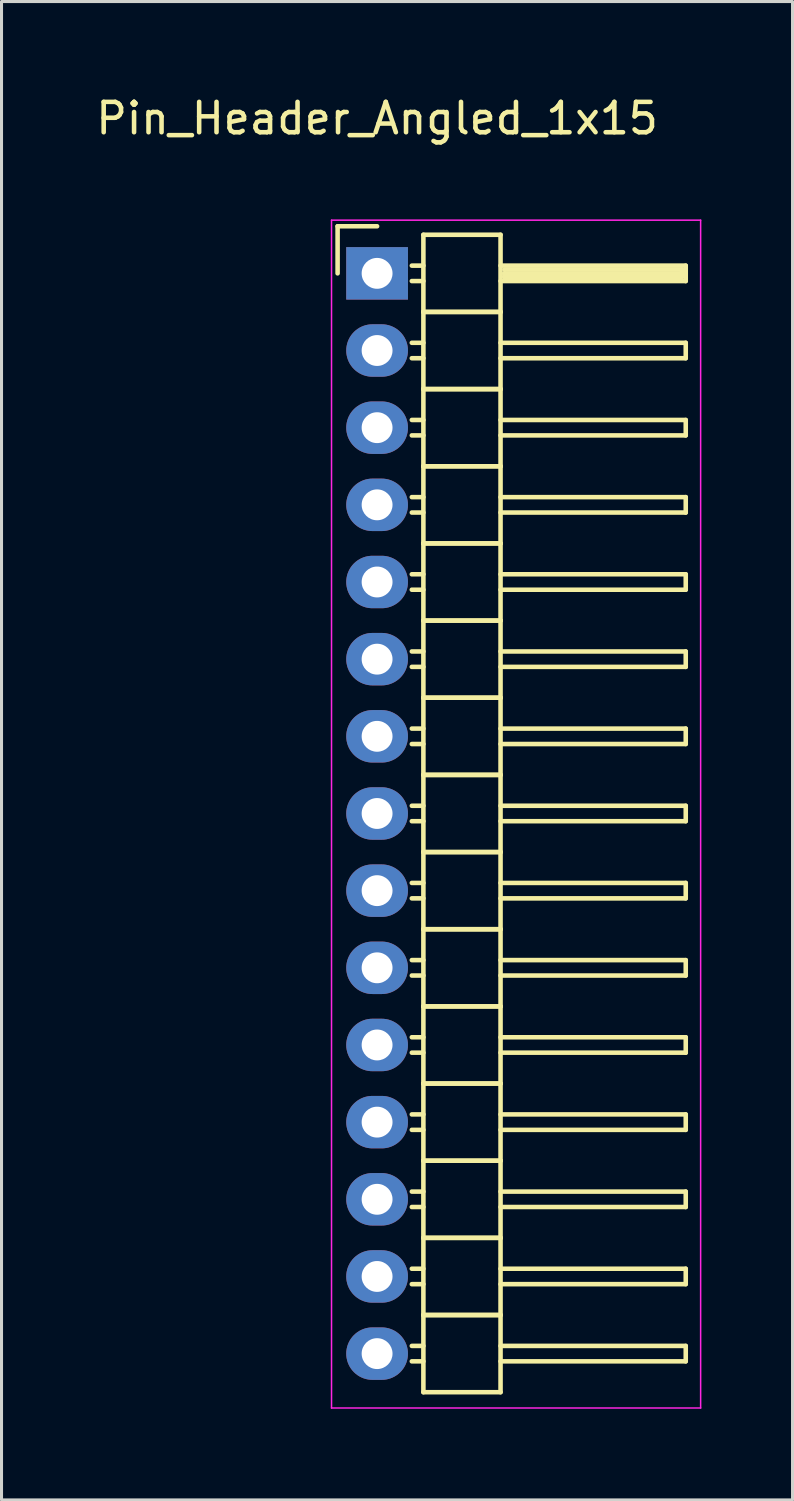
<source format=kicad_pcb>
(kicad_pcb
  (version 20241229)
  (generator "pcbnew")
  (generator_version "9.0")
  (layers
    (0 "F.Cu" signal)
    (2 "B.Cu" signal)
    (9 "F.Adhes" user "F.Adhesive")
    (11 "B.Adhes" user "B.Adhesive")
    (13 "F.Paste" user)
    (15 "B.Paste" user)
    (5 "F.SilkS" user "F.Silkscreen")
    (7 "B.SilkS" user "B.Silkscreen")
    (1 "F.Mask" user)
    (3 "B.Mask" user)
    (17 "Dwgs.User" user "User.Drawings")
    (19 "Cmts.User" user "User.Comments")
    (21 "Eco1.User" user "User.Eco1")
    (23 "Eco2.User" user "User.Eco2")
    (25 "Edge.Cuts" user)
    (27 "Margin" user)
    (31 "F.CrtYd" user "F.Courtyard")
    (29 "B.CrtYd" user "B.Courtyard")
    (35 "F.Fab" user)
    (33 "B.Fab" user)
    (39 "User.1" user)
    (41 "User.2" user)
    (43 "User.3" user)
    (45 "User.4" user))
  (footprint "Pin_Header_Angled_1x15"
    (layer "F.Cu")
    (at 9.363 5.948)
    (property "Reference" "Pin_Header_Angled_1x15" (at 0 -5.1 0) (layer "F.SilkS") (effects (font (size 1 1) (thickness 0.15))))
    (attr through_hole)
    (fp_line (start -1.3 -1.55) (end -1.3 0) (stroke (width 0.15) (type solid)) (layer "F.SilkS"))
    (fp_line (start 0 -1.55) (end -1.3 -1.55) (stroke (width 0.15) (type solid)) (layer "F.SilkS"))
    (fp_line (start 1.524 -1.27) (end 1.524 1.27) (stroke (width 0.15) (type solid)) (layer "F.SilkS"))
    (fp_line (start 1.524 -1.27) (end 4.064 -1.27) (stroke (width 0.15) (type solid)) (layer "F.SilkS"))
    (fp_line (start 1.524 -0.254) (end 1.143 -0.254) (stroke (width 0.15) (type solid)) (layer "F.SilkS"))
    (fp_line (start 1.524 0.254) (end 1.143 0.254) (stroke (width 0.15) (type solid)) (layer "F.SilkS"))
    (fp_line (start 1.524 1.27) (end 1.524 3.81) (stroke (width 0.15) (type solid)) (layer "F.SilkS"))
    (fp_line (start 1.524 1.27) (end 4.064 1.27) (stroke (width 0.15) (type solid)) (layer "F.SilkS"))
    (fp_line (start 1.524 1.27) (end 4.064 1.27) (stroke (width 0.15) (type solid)) (layer "F.SilkS"))
    (fp_line (start 1.524 2.286) (end 1.143 2.286) (stroke (width 0.15) (type solid)) (layer "F.SilkS"))
    (fp_line (start 1.524 2.794) (end 1.143 2.794) (stroke (width 0.15) (type solid)) (layer "F.SilkS"))
    (fp_line (start 1.524 3.81) (end 1.524 6.35) (stroke (width 0.15) (type solid)) (layer "F.SilkS"))
    (fp_line (start 1.524 3.81) (end 4.064 3.81) (stroke (width 0.15) (type solid)) (layer "F.SilkS"))
    (fp_line (start 1.524 3.81) (end 4.064 3.81) (stroke (width 0.15) (type solid)) (layer "F.SilkS"))
    (fp_line (start 1.524 4.826) (end 1.143 4.826) (stroke (width 0.15) (type solid)) (layer "F.SilkS"))
    (fp_line (start 1.524 5.334) (end 1.143 5.334) (stroke (width 0.15) (type solid)) (layer "F.SilkS"))
    (fp_line (start 1.524 6.35) (end 1.524 8.89) (stroke (width 0.15) (type solid)) (layer "F.SilkS"))
    (fp_line (start 1.524 6.35) (end 4.064 6.35) (stroke (width 0.15) (type solid)) (layer "F.SilkS"))
    (fp_line (start 1.524 6.35) (end 4.064 6.35) (stroke (width 0.15) (type solid)) (layer "F.SilkS"))
    (fp_line (start 1.524 7.366) (end 1.143 7.366) (stroke (width 0.15) (type solid)) (layer "F.SilkS"))
    (fp_line (start 1.524 7.874) (end 1.143 7.874) (stroke (width 0.15) (type solid)) (layer "F.SilkS"))
    (fp_line (start 1.524 8.89) (end 1.524 11.43) (stroke (width 0.15) (type solid)) (layer "F.SilkS"))
    (fp_line (start 1.524 8.89) (end 4.064 8.89) (stroke (width 0.15) (type solid)) (layer "F.SilkS"))
    (fp_line (start 1.524 8.89) (end 4.064 8.89) (stroke (width 0.15) (type solid)) (layer "F.SilkS"))
    (fp_line (start 1.524 9.906) (end 1.143 9.906) (stroke (width 0.15) (type solid)) (layer "F.SilkS"))
    (fp_line (start 1.524 10.414) (end 1.143 10.414) (stroke (width 0.15) (type solid)) (layer "F.SilkS"))
    (fp_line (start 1.524 11.43) (end 1.524 13.97) (stroke (width 0.15) (type solid)) (layer "F.SilkS"))
    (fp_line (start 1.524 11.43) (end 4.064 11.43) (stroke (width 0.15) (type solid)) (layer "F.SilkS"))
    (fp_line (start 1.524 11.43) (end 4.064 11.43) (stroke (width 0.15) (type solid)) (layer "F.SilkS"))
    (fp_line (start 1.524 12.446) (end 1.143 12.446) (stroke (width 0.15) (type solid)) (layer "F.SilkS"))
    (fp_line (start 1.524 12.954) (end 1.143 12.954) (stroke (width 0.15) (type solid)) (layer "F.SilkS"))
    (fp_line (start 1.524 13.97) (end 1.524 16.51) (stroke (width 0.15) (type solid)) (layer "F.SilkS"))
    (fp_line (start 1.524 13.97) (end 4.064 13.97) (stroke (width 0.15) (type solid)) (layer "F.SilkS"))
    (fp_line (start 1.524 13.97) (end 4.064 13.97) (stroke (width 0.15) (type solid)) (layer "F.SilkS"))
    (fp_line (start 1.524 14.986) (end 1.143 14.986) (stroke (width 0.15) (type solid)) (layer "F.SilkS"))
    (fp_line (start 1.524 15.494) (end 1.143 15.494) (stroke (width 0.15) (type solid)) (layer "F.SilkS"))
    (fp_line (start 1.524 16.51) (end 1.524 19.05) (stroke (width 0.15) (type solid)) (layer "F.SilkS"))
    (fp_line (start 1.524 16.51) (end 4.064 16.51) (stroke (width 0.15) (type solid)) (layer "F.SilkS"))
    (fp_line (start 1.524 16.51) (end 4.064 16.51) (stroke (width 0.15) (type solid)) (layer "F.SilkS"))
    (fp_line (start 1.524 17.526) (end 1.143 17.526) (stroke (width 0.15) (type solid)) (layer "F.SilkS"))
    (fp_line (start 1.524 18.034) (end 1.143 18.034) (stroke (width 0.15) (type solid)) (layer "F.SilkS"))
    (fp_line (start 1.524 19.05) (end 1.524 21.59) (stroke (width 0.15) (type solid)) (layer "F.SilkS"))
    (fp_line (start 1.524 19.05) (end 4.064 19.05) (stroke (width 0.15) (type solid)) (layer "F.SilkS"))
    (fp_line (start 1.524 19.05) (end 4.064 19.05) (stroke (width 0.15) (type solid)) (layer "F.SilkS"))
    (fp_line (start 1.524 20.066) (end 1.143 20.066) (stroke (width 0.15) (type solid)) (layer "F.SilkS"))
    (fp_line (start 1.524 20.574) (end 1.143 20.574) (stroke (width 0.15) (type solid)) (layer "F.SilkS"))
    (fp_line (start 1.524 21.59) (end 1.524 24.13) (stroke (width 0.15) (type solid)) (layer "F.SilkS"))
    (fp_line (start 1.524 21.59) (end 4.064 21.59) (stroke (width 0.15) (type solid)) (layer "F.SilkS"))
    (fp_line (start 1.524 21.59) (end 4.064 21.59) (stroke (width 0.15) (type solid)) (layer "F.SilkS"))
    (fp_line (start 1.524 22.606) (end 1.143 22.606) (stroke (width 0.15) (type solid)) (layer "F.SilkS"))
    (fp_line (start 1.524 23.114) (end 1.143 23.114) (stroke (width 0.15) (type solid)) (layer "F.SilkS"))
    (fp_line (start 1.524 24.13) (end 1.524 26.67) (stroke (width 0.15) (type solid)) (layer "F.SilkS"))
    (fp_line (start 1.524 24.13) (end 4.064 24.13) (stroke (width 0.15) (type solid)) (layer "F.SilkS"))
    (fp_line (start 1.524 24.13) (end 4.064 24.13) (stroke (width 0.15) (type solid)) (layer "F.SilkS"))
    (fp_line (start 1.524 25.146) (end 1.143 25.146) (stroke (width 0.15) (type solid)) (layer "F.SilkS"))
    (fp_line (start 1.524 25.654) (end 1.143 25.654) (stroke (width 0.15) (type solid)) (layer "F.SilkS"))
    (fp_line (start 1.524 26.67) (end 1.524 29.21) (stroke (width 0.15) (type solid)) (layer "F.SilkS"))
    (fp_line (start 1.524 26.67) (end 4.064 26.67) (stroke (width 0.15) (type solid)) (layer "F.SilkS"))
    (fp_line (start 1.524 26.67) (end 4.064 26.67) (stroke (width 0.15) (type solid)) (layer "F.SilkS"))
    (fp_line (start 1.524 27.686) (end 1.143 27.686) (stroke (width 0.15) (type solid)) (layer "F.SilkS"))
    (fp_line (start 1.524 28.194) (end 1.143 28.194) (stroke (width 0.15) (type solid)) (layer "F.SilkS"))
    (fp_line (start 1.524 29.21) (end 1.524 31.75) (stroke (width 0.15) (type solid)) (layer "F.SilkS"))
    (fp_line (start 1.524 29.21) (end 4.064 29.21) (stroke (width 0.15) (type solid)) (layer "F.SilkS"))
    (fp_line (start 1.524 29.21) (end 4.064 29.21) (stroke (width 0.15) (type solid)) (layer "F.SilkS"))
    (fp_line (start 1.524 30.226) (end 1.143 30.226) (stroke (width 0.15) (type solid)) (layer "F.SilkS"))
    (fp_line (start 1.524 30.734) (end 1.143 30.734) (stroke (width 0.15) (type solid)) (layer "F.SilkS"))
    (fp_line (start 1.524 31.75) (end 1.524 34.29) (stroke (width 0.15) (type solid)) (layer "F.SilkS"))
    (fp_line (start 1.524 31.75) (end 4.064 31.75) (stroke (width 0.15) (type solid)) (layer "F.SilkS"))
    (fp_line (start 1.524 31.75) (end 4.064 31.75) (stroke (width 0.15) (type solid)) (layer "F.SilkS"))
    (fp_line (start 1.524 32.766) (end 1.143 32.766) (stroke (width 0.15) (type solid)) (layer "F.SilkS"))
    (fp_line (start 1.524 33.274) (end 1.143 33.274) (stroke (width 0.15) (type solid)) (layer "F.SilkS"))
    (fp_line (start 1.524 34.29) (end 1.524 36.83) (stroke (width 0.15) (type solid)) (layer "F.SilkS"))
    (fp_line (start 1.524 34.29) (end 4.064 34.29) (stroke (width 0.15) (type solid)) (layer "F.SilkS"))
    (fp_line (start 1.524 34.29) (end 4.064 34.29) (stroke (width 0.15) (type solid)) (layer "F.SilkS"))
    (fp_line (start 1.524 35.306) (end 1.143 35.306) (stroke (width 0.15) (type solid)) (layer "F.SilkS"))
    (fp_line (start 1.524 35.814) (end 1.143 35.814) (stroke (width 0.15) (type solid)) (layer "F.SilkS"))
    (fp_line (start 1.524 36.83) (end 4.064 36.83) (stroke (width 0.15) (type solid)) (layer "F.SilkS"))
    (fp_line (start 4.064 -0.254) (end 10.16 -0.254) (stroke (width 0.15) (type solid)) (layer "F.SilkS"))
    (fp_line (start 4.064 1.27) (end 4.064 -1.27) (stroke (width 0.15) (type solid)) (layer "F.SilkS"))
    (fp_line (start 4.064 2.286) (end 10.16 2.286) (stroke (width 0.15) (type solid)) (layer "F.SilkS"))
    (fp_line (start 4.064 3.81) (end 4.064 1.27) (stroke (width 0.15) (type solid)) (layer "F.SilkS"))
    (fp_line (start 4.064 4.826) (end 10.16 4.826) (stroke (width 0.15) (type solid)) (layer "F.SilkS"))
    (fp_line (start 4.064 6.35) (end 4.064 3.81) (stroke (width 0.15) (type solid)) (layer "F.SilkS"))
    (fp_line (start 4.064 7.366) (end 10.16 7.366) (stroke (width 0.15) (type solid)) (layer "F.SilkS"))
    (fp_line (start 4.064 8.89) (end 4.064 6.35) (stroke (width 0.15) (type solid)) (layer "F.SilkS"))
    (fp_line (start 4.064 9.906) (end 10.16 9.906) (stroke (width 0.15) (type solid)) (layer "F.SilkS"))
    (fp_line (start 4.064 11.43) (end 4.064 8.89) (stroke (width 0.15) (type solid)) (layer "F.SilkS"))
    (fp_line (start 4.064 12.446) (end 10.16 12.446) (stroke (width 0.15) (type solid)) (layer "F.SilkS"))
    (fp_line (start 4.064 13.97) (end 4.064 11.43) (stroke (width 0.15) (type solid)) (layer "F.SilkS"))
    (fp_line (start 4.064 14.986) (end 10.16 14.986) (stroke (width 0.15) (type solid)) (layer "F.SilkS"))
    (fp_line (start 4.064 16.51) (end 4.064 13.97) (stroke (width 0.15) (type solid)) (layer "F.SilkS"))
    (fp_line (start 4.064 17.526) (end 10.16 17.526) (stroke (width 0.15) (type solid)) (layer "F.SilkS"))
    (fp_line (start 4.064 19.05) (end 4.064 16.51) (stroke (width 0.15) (type solid)) (layer "F.SilkS"))
    (fp_line (start 4.064 20.066) (end 10.16 20.066) (stroke (width 0.15) (type solid)) (layer "F.SilkS"))
    (fp_line (start 4.064 21.59) (end 4.064 19.05) (stroke (width 0.15) (type solid)) (layer "F.SilkS"))
    (fp_line (start 4.064 22.606) (end 10.16 22.606) (stroke (width 0.15) (type solid)) (layer "F.SilkS"))
    (fp_line (start 4.064 24.13) (end 4.064 21.59) (stroke (width 0.15) (type solid)) (layer "F.SilkS"))
    (fp_line (start 4.064 25.146) (end 10.16 25.146) (stroke (width 0.15) (type solid)) (layer "F.SilkS"))
    (fp_line (start 4.064 26.67) (end 4.064 24.13) (stroke (width 0.15) (type solid)) (layer "F.SilkS"))
    (fp_line (start 4.064 27.686) (end 10.16 27.686) (stroke (width 0.15) (type solid)) (layer "F.SilkS"))
    (fp_line (start 4.064 29.21) (end 4.064 26.67) (stroke (width 0.15) (type solid)) (layer "F.SilkS"))
    (fp_line (start 4.064 30.226) (end 10.16 30.226) (stroke (width 0.15) (type solid)) (layer "F.SilkS"))
    (fp_line (start 4.064 31.75) (end 4.064 29.21) (stroke (width 0.15) (type solid)) (layer "F.SilkS"))
    (fp_line (start 4.064 32.766) (end 10.16 32.766) (stroke (width 0.15) (type solid)) (layer "F.SilkS"))
    (fp_line (start 4.064 34.29) (end 4.064 31.75) (stroke (width 0.15) (type solid)) (layer "F.SilkS"))
    (fp_line (start 4.064 35.306) (end 10.16 35.306) (stroke (width 0.15) (type solid)) (layer "F.SilkS"))
    (fp_line (start 4.064 36.83) (end 4.064 34.29) (stroke (width 0.15) (type solid)) (layer "F.SilkS"))
    (fp_line (start 4.191 -0.127) (end 10.033 -0.127) (stroke (width 0.15) (type solid)) (layer "F.SilkS"))
    (fp_line (start 4.191 0) (end 10.033 0) (stroke (width 0.15) (type solid)) (layer "F.SilkS"))
    (fp_line (start 4.191 0.127) (end 4.191 0) (stroke (width 0.15) (type solid)) (layer "F.SilkS"))
    (fp_line (start 10.033 -0.127) (end 10.033 0.127) (stroke (width 0.15) (type solid)) (layer "F.SilkS"))
    (fp_line (start 10.033 0.127) (end 4.191 0.127) (stroke (width 0.15) (type solid)) (layer "F.SilkS"))
    (fp_line (start 10.16 -0.254) (end 10.16 0.254) (stroke (width 0.15) (type solid)) (layer "F.SilkS"))
    (fp_line (start 10.16 0.254) (end 4.064 0.254) (stroke (width 0.15) (type solid)) (layer "F.SilkS"))
    (fp_line (start 10.16 2.286) (end 10.16 2.794) (stroke (width 0.15) (type solid)) (layer "F.SilkS"))
    (fp_line (start 10.16 2.794) (end 4.064 2.794) (stroke (width 0.15) (type solid)) (layer "F.SilkS"))
    (fp_line (start 10.16 4.826) (end 10.16 5.334) (stroke (width 0.15) (type solid)) (layer "F.SilkS"))
    (fp_line (start 10.16 5.334) (end 4.064 5.334) (stroke (width 0.15) (type solid)) (layer "F.SilkS"))
    (fp_line (start 10.16 7.366) (end 10.16 7.874) (stroke (width 0.15) (type solid)) (layer "F.SilkS"))
    (fp_line (start 10.16 7.874) (end 4.064 7.874) (stroke (width 0.15) (type solid)) (layer "F.SilkS"))
    (fp_line (start 10.16 9.906) (end 10.16 10.414) (stroke (width 0.15) (type solid)) (layer "F.SilkS"))
    (fp_line (start 10.16 10.414) (end 4.064 10.414) (stroke (width 0.15) (type solid)) (layer "F.SilkS"))
    (fp_line (start 10.16 12.446) (end 10.16 12.954) (stroke (width 0.15) (type solid)) (layer "F.SilkS"))
    (fp_line (start 10.16 12.954) (end 4.064 12.954) (stroke (width 0.15) (type solid)) (layer "F.SilkS"))
    (fp_line (start 10.16 14.986) (end 10.16 15.494) (stroke (width 0.15) (type solid)) (layer "F.SilkS"))
    (fp_line (start 10.16 15.494) (end 4.064 15.494) (stroke (width 0.15) (type solid)) (layer "F.SilkS"))
    (fp_line (start 10.16 17.526) (end 10.16 18.034) (stroke (width 0.15) (type solid)) (layer "F.SilkS"))
    (fp_line (start 10.16 18.034) (end 4.064 18.034) (stroke (width 0.15) (type solid)) (layer "F.SilkS"))
    (fp_line (start 10.16 20.066) (end 10.16 20.574) (stroke (width 0.15) (type solid)) (layer "F.SilkS"))
    (fp_line (start 10.16 20.574) (end 4.064 20.574) (stroke (width 0.15) (type solid)) (layer "F.SilkS"))
    (fp_line (start 10.16 22.606) (end 10.16 23.114) (stroke (width 0.15) (type solid)) (layer "F.SilkS"))
    (fp_line (start 10.16 23.114) (end 4.064 23.114) (stroke (width 0.15) (type solid)) (layer "F.SilkS"))
    (fp_line (start 10.16 25.146) (end 10.16 25.654) (stroke (width 0.15) (type solid)) (layer "F.SilkS"))
    (fp_line (start 10.16 25.654) (end 4.064 25.654) (stroke (width 0.15) (type solid)) (layer "F.SilkS"))
    (fp_line (start 10.16 27.686) (end 10.16 28.194) (stroke (width 0.15) (type solid)) (layer "F.SilkS"))
    (fp_line (start 10.16 28.194) (end 4.064 28.194) (stroke (width 0.15) (type solid)) (layer "F.SilkS"))
    (fp_line (start 10.16 30.226) (end 10.16 30.734) (stroke (width 0.15) (type solid)) (layer "F.SilkS"))
    (fp_line (start 10.16 30.734) (end 4.064 30.734) (stroke (width 0.15) (type solid)) (layer "F.SilkS"))
    (fp_line (start 10.16 32.766) (end 10.16 33.274) (stroke (width 0.15) (type solid)) (layer "F.SilkS"))
    (fp_line (start 10.16 33.274) (end 4.064 33.274) (stroke (width 0.15) (type solid)) (layer "F.SilkS"))
    (fp_line (start 10.16 35.306) (end 10.16 35.814) (stroke (width 0.15) (type solid)) (layer "F.SilkS"))
    (fp_line (start 10.16 35.814) (end 4.064 35.814) (stroke (width 0.15) (type solid)) (layer "F.SilkS"))
    (fp_line (start -1.5 -1.75) (end -1.5 37.35) (stroke (width 0.05) (type solid)) (layer "F.CrtYd"))
    (fp_line (start -1.5 -1.75) (end 10.65 -1.75) (stroke (width 0.05) (type solid)) (layer "F.CrtYd"))
    (fp_line (start -1.5 37.35) (end 10.65 37.35) (stroke (width 0.05) (type solid)) (layer "F.CrtYd"))
    (fp_line (start 10.65 -1.75) (end 10.65 37.35) (stroke (width 0.05) (type solid)) (layer "F.CrtYd"))
    (pad "1" thru_hole rect (at 0 0) (size 2.032 1.727) (drill 1.016) (layers "*.Cu" "*.Mask"))
    (pad "2" thru_hole oval (at 0 2.54) (size 2.032 1.727) (drill 1.016) (layers "*.Cu" "*.Mask"))
    (pad "3" thru_hole oval (at 0 5.08) (size 2.032 1.727) (drill 1.016) (layers "*.Cu" "*.Mask"))
    (pad "4" thru_hole oval (at 0 7.62) (size 2.032 1.727) (drill 1.016) (layers "*.Cu" "*.Mask"))
    (pad "5" thru_hole oval (at 0 10.16) (size 2.032 1.727) (drill 1.016) (layers "*.Cu" "*.Mask"))
    (pad "6" thru_hole oval (at 0 12.7) (size 2.032 1.727) (drill 1.016) (layers "*.Cu" "*.Mask"))
    (pad "7" thru_hole oval (at 0 15.24) (size 2.032 1.727) (drill 1.016) (layers "*.Cu" "*.Mask"))
    (pad "8" thru_hole oval (at 0 17.78) (size 2.032 1.727) (drill 1.016) (layers "*.Cu" "*.Mask"))
    (pad "9" thru_hole oval (at 0 20.32) (size 2.032 1.727) (drill 1.016) (layers "*.Cu" "*.Mask"))
    (pad "10" thru_hole oval (at 0 22.86) (size 2.032 1.727) (drill 1.016) (layers "*.Cu" "*.Mask"))
    (pad "11" thru_hole oval (at 0 25.4) (size 2.032 1.727) (drill 1.016) (layers "*.Cu" "*.Mask"))
    (pad "12" thru_hole oval (at 0 27.94) (size 2.032 1.727) (drill 1.016) (layers "*.Cu" "*.Mask"))
    (pad "13" thru_hole oval (at 0 30.48) (size 2.032 1.727) (drill 1.016) (layers "*.Cu" "*.Mask"))
    (pad "14" thru_hole oval (at 0 33.02) (size 2.032 1.727) (drill 1.016) (layers "*.Cu" "*.Mask"))
    (pad "15" thru_hole oval (at 0 35.56) (size 2.032 1.727) (drill 1.016) (layers "*.Cu" "*.Mask")))
  (gr_rect
    (start -3 -3)
    (end 23.038 46.323)
    (stroke (width 0.1) (type default))
    (fill no)
    (layer "Edge.Cuts")))
</source>
